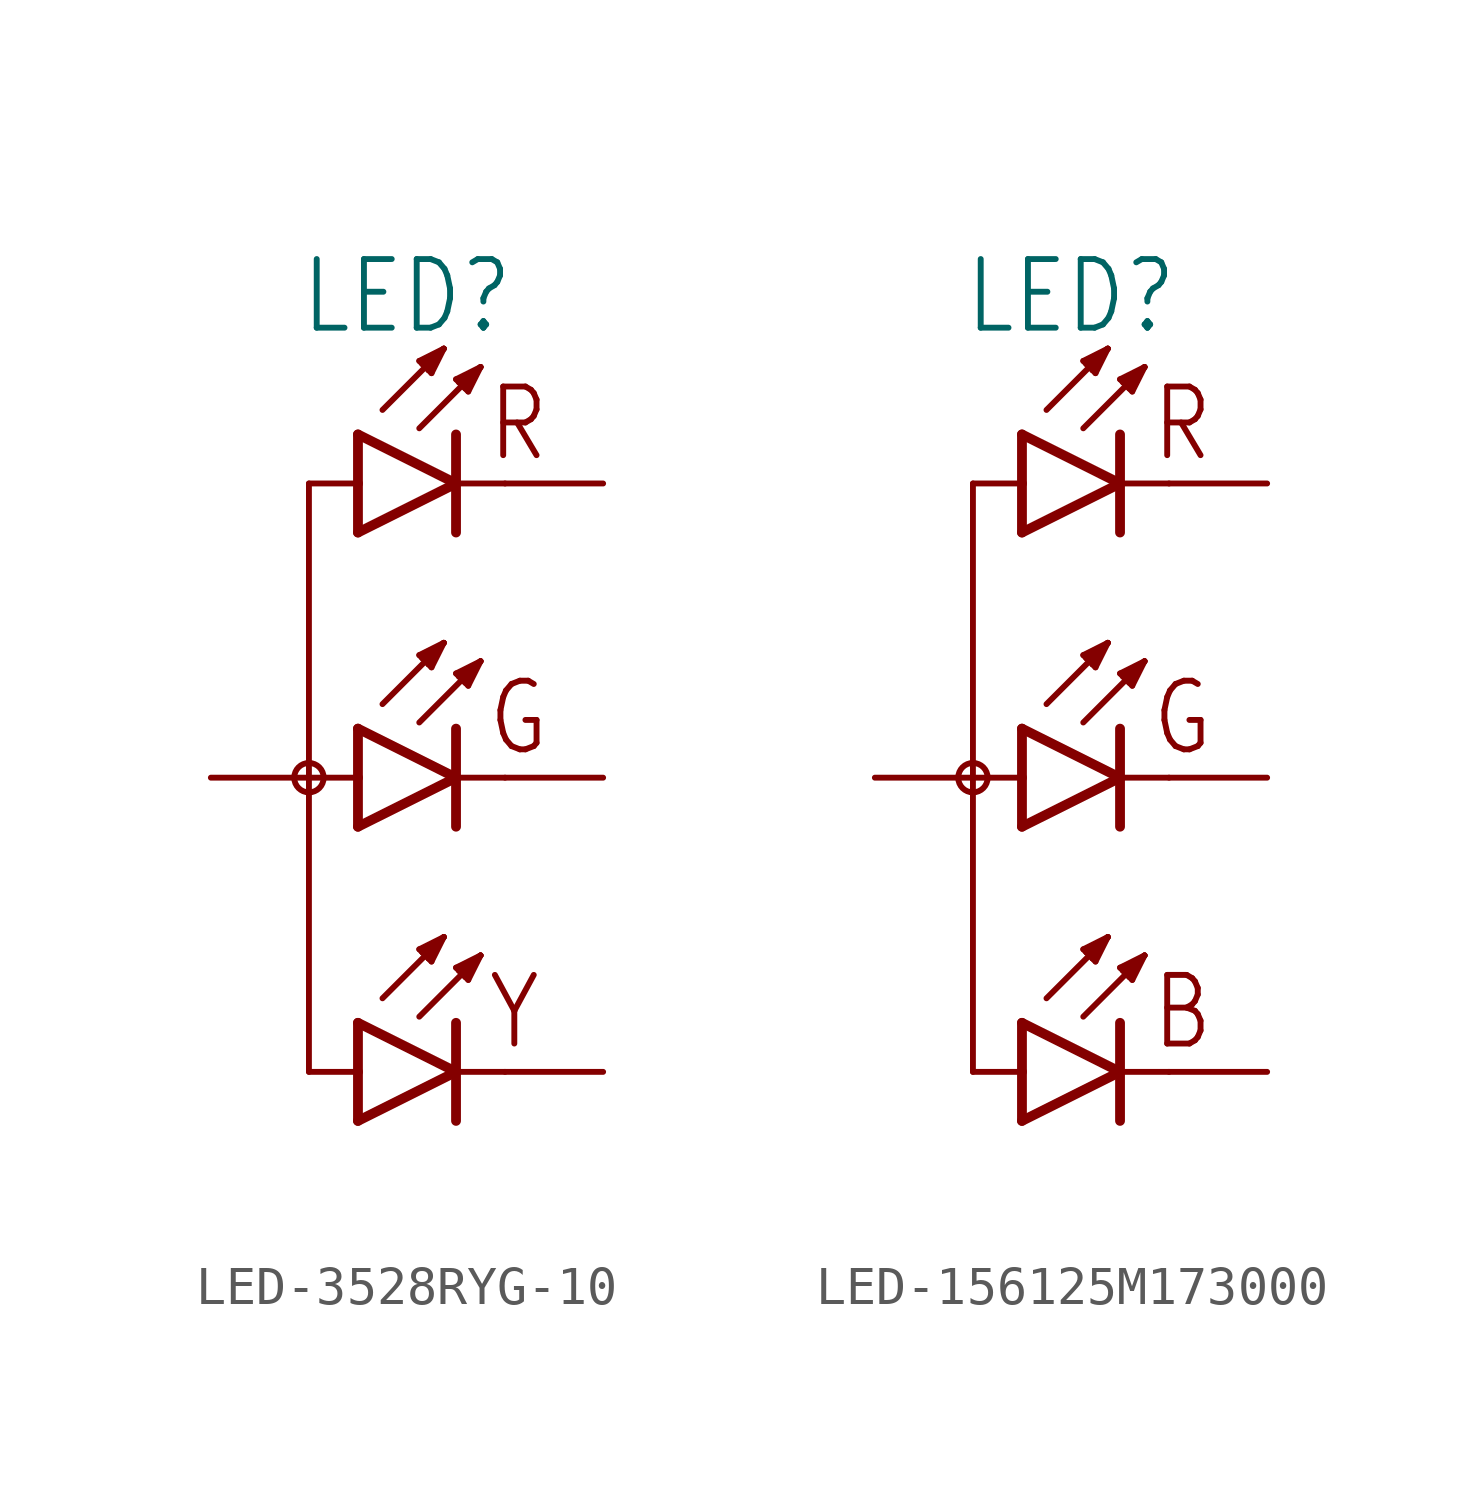
<source format=kicad_sym>
(kicad_symbol_lib
  (version 20231120)
  (generator "kicad_symbol_editor")
  (generator_version "8.0")
  (symbol "LED-3528RYG-10"
    (property "Reference" "LED"
      (at 0 11.43 0)
      (effects (font (size 1.778 1.511)) (justify bottom)))
    (property "Value" ""
      (at 1.016 -9.398 0)
      (effects (font (size 1.778 1.511)) (justify top)))
    (property "ki_locked" ""
      (at 0 0 0)
      (effects (font (size 1.27 1.27))))
    (symbol "LED-3528RYG-10_1_0"
      (circle (center -2.54 0) (radius 0.381) (stroke (width 0) (type solid)) (fill (type none)))
      (polyline (pts (xy -2.54 -7.62) (xy -2.54 0)) (stroke (width 0.152) (type solid)) (fill (type none)))
      (polyline (pts (xy -2.54 -7.62) (xy -1.27 -7.62)) (stroke (width 0.152) (type solid)) (fill (type none)))
      (polyline (pts (xy -2.54 0) (xy -2.54 7.62)) (stroke (width 0.152) (type solid)) (fill (type none)))
      (polyline (pts (xy -2.54 0) (xy -1.27 0)) (stroke (width 0.152) (type solid)) (fill (type none)))
      (polyline (pts (xy -2.54 7.62) (xy -1.27 7.62)) (stroke (width 0.152) (type solid)) (fill (type none)))
      (polyline (pts (xy -1.27 -8.89) (xy 1.27 -7.62)) (stroke (width 0.254) (type solid)) (fill (type none)))
      (polyline (pts (xy -1.27 -7.62) (xy -1.27 -8.89)) (stroke (width 0.254) (type solid)) (fill (type none)))
      (polyline (pts (xy -1.27 -6.35) (xy -1.27 -7.62)) (stroke (width 0.254) (type solid)) (fill (type none)))
      (polyline (pts (xy -1.27 -1.27) (xy 1.27 0)) (stroke (width 0.254) (type solid)) (fill (type none)))
      (polyline (pts (xy -1.27 0) (xy -1.27 -1.27)) (stroke (width 0.254) (type solid)) (fill (type none)))
      (polyline (pts (xy -1.27 1.27) (xy -1.27 0)) (stroke (width 0.254) (type solid)) (fill (type none)))
      (polyline (pts (xy -1.27 6.35) (xy 1.27 7.62)) (stroke (width 0.254) (type solid)) (fill (type none)))
      (polyline (pts (xy -1.27 7.62) (xy -1.27 6.35)) (stroke (width 0.254) (type solid)) (fill (type none)))
      (polyline (pts (xy -1.27 8.89) (xy -1.27 7.62)) (stroke (width 0.254) (type solid)) (fill (type none)))
      (polyline (pts (xy -0.635 -5.715) (xy 0.953 -4.128)) (stroke (width 0.152) (type solid)) (fill (type none)))
      (polyline (pts (xy -0.635 1.905) (xy 0.953 3.493)) (stroke (width 0.152) (type solid)) (fill (type none)))
      (polyline (pts (xy -0.635 9.525) (xy 0.953 11.113)) (stroke (width 0.152) (type solid)) (fill (type none)))
      (polyline (pts (xy 0.318 -6.191) (xy 1.905 -4.604)) (stroke (width 0.152) (type solid)) (fill (type none)))
      (polyline (pts (xy 0.318 -4.445) (xy 0.397 -4.524)) (stroke (width 0.152) (type solid)) (fill (type none)))
      (polyline (pts (xy 0.318 1.429) (xy 1.905 3.016)) (stroke (width 0.152) (type solid)) (fill (type none)))
      (polyline (pts (xy 0.318 3.175) (xy 0.397 3.096)) (stroke (width 0.152) (type solid)) (fill (type none)))
      (polyline (pts (xy 0.318 9.049) (xy 1.905 10.636)) (stroke (width 0.152) (type solid)) (fill (type none)))
      (polyline (pts (xy 0.318 10.795) (xy 0.397 10.716)) (stroke (width 0.152) (type solid)) (fill (type none)))
      (polyline (pts (xy 0.397 -4.524) (xy 0.556 -4.683)) (stroke (width 0.152) (type solid)) (fill (type none)))
      (polyline (pts (xy 0.397 3.096) (xy 0.556 2.937)) (stroke (width 0.152) (type solid)) (fill (type none)))
      (polyline (pts (xy 0.397 10.716) (xy 0.556 10.557)) (stroke (width 0.152) (type solid)) (fill (type none)))
      (polyline (pts (xy 0.556 -4.683) (xy 0.635 -4.763)) (stroke (width 0.152) (type solid)) (fill (type none)))
      (polyline (pts (xy 0.556 2.937) (xy 0.635 2.857)) (stroke (width 0.152) (type solid)) (fill (type none)))
      (polyline (pts (xy 0.556 10.557) (xy 0.635 10.477)) (stroke (width 0.152) (type solid)) (fill (type none)))
      (polyline (pts (xy 0.635 -4.763) (xy 0.953 -4.128)) (stroke (width 0.152) (type solid)) (fill (type none)))
      (polyline (pts (xy 0.635 2.857) (xy 0.953 3.493)) (stroke (width 0.152) (type solid)) (fill (type none)))
      (polyline (pts (xy 0.635 10.477) (xy 0.953 11.113)) (stroke (width 0.152) (type solid)) (fill (type none)))
      (polyline (pts (xy 0.953 -4.128) (xy 0.318 -4.445)) (stroke (width 0.152) (type solid)) (fill (type none)))
      (polyline (pts (xy 0.953 -4.128) (xy 0.397 -4.524)) (stroke (width 0.152) (type solid)) (fill (type none)))
      (polyline (pts (xy 0.953 -4.128) (xy 0.556 -4.683)) (stroke (width 0.152) (type solid)) (fill (type none)))
      (polyline (pts (xy 0.953 3.493) (xy 0.318 3.175)) (stroke (width 0.152) (type solid)) (fill (type none)))
      (polyline (pts (xy 0.953 3.493) (xy 0.397 3.096)) (stroke (width 0.152) (type solid)) (fill (type none)))
      (polyline (pts (xy 0.953 3.493) (xy 0.556 2.937)) (stroke (width 0.152) (type solid)) (fill (type none)))
      (polyline (pts (xy 0.953 11.113) (xy 0.318 10.795)) (stroke (width 0.152) (type solid)) (fill (type none)))
      (polyline (pts (xy 0.953 11.113) (xy 0.397 10.716)) (stroke (width 0.152) (type solid)) (fill (type none)))
      (polyline (pts (xy 0.953 11.113) (xy 0.556 10.557)) (stroke (width 0.152) (type solid)) (fill (type none)))
      (polyline (pts (xy 1.27 -7.62) (xy -1.27 -6.35)) (stroke (width 0.254) (type solid)) (fill (type none)))
      (polyline (pts (xy 1.27 -7.62) (xy 1.27 -8.89)) (stroke (width 0.254) (type solid)) (fill (type none)))
      (polyline (pts (xy 1.27 -6.35) (xy 1.27 -7.62)) (stroke (width 0.254) (type solid)) (fill (type none)))
      (polyline (pts (xy 1.27 -4.921) (xy 1.349 -5.001)) (stroke (width 0.152) (type solid)) (fill (type none)))
      (polyline (pts (xy 1.27 0) (xy -1.27 1.27)) (stroke (width 0.254) (type solid)) (fill (type none)))
      (polyline (pts (xy 1.27 0) (xy 1.27 -1.27)) (stroke (width 0.254) (type solid)) (fill (type none)))
      (polyline (pts (xy 1.27 1.27) (xy 1.27 0)) (stroke (width 0.254) (type solid)) (fill (type none)))
      (polyline (pts (xy 1.27 2.699) (xy 1.349 2.619)) (stroke (width 0.152) (type solid)) (fill (type none)))
      (polyline (pts (xy 1.27 7.62) (xy -1.27 8.89)) (stroke (width 0.254) (type solid)) (fill (type none)))
      (polyline (pts (xy 1.27 7.62) (xy 1.27 6.35)) (stroke (width 0.254) (type solid)) (fill (type none)))
      (polyline (pts (xy 1.27 8.89) (xy 1.27 7.62)) (stroke (width 0.254) (type solid)) (fill (type none)))
      (polyline (pts (xy 1.27 10.319) (xy 1.349 10.239)) (stroke (width 0.152) (type solid)) (fill (type none)))
      (polyline (pts (xy 1.349 -5.001) (xy 1.508 -5.159)) (stroke (width 0.152) (type solid)) (fill (type none)))
      (polyline (pts (xy 1.349 2.619) (xy 1.508 2.461)) (stroke (width 0.152) (type solid)) (fill (type none)))
      (polyline (pts (xy 1.349 10.239) (xy 1.508 10.081)) (stroke (width 0.152) (type solid)) (fill (type none)))
      (polyline (pts (xy 1.508 -5.159) (xy 1.587 -5.239)) (stroke (width 0.152) (type solid)) (fill (type none)))
      (polyline (pts (xy 1.508 2.461) (xy 1.587 2.381)) (stroke (width 0.152) (type solid)) (fill (type none)))
      (polyline (pts (xy 1.508 10.081) (xy 1.587 10.001)) (stroke (width 0.152) (type solid)) (fill (type none)))
      (polyline (pts (xy 1.587 -5.239) (xy 1.905 -4.604)) (stroke (width 0.152) (type solid)) (fill (type none)))
      (polyline (pts (xy 1.587 2.381) (xy 1.905 3.016)) (stroke (width 0.152) (type solid)) (fill (type none)))
      (polyline (pts (xy 1.587 10.001) (xy 1.905 10.636)) (stroke (width 0.152) (type solid)) (fill (type none)))
      (polyline (pts (xy 1.905 -4.604) (xy 1.27 -4.921)) (stroke (width 0.152) (type solid)) (fill (type none)))
      (polyline (pts (xy 1.905 -4.604) (xy 1.349 -5.001)) (stroke (width 0.152) (type solid)) (fill (type none)))
      (polyline (pts (xy 1.905 -4.604) (xy 1.508 -5.159)) (stroke (width 0.152) (type solid)) (fill (type none)))
      (polyline (pts (xy 1.905 3.016) (xy 1.27 2.699)) (stroke (width 0.152) (type solid)) (fill (type none)))
      (polyline (pts (xy 1.905 3.016) (xy 1.349 2.619)) (stroke (width 0.152) (type solid)) (fill (type none)))
      (polyline (pts (xy 1.905 3.016) (xy 1.508 2.461)) (stroke (width 0.152) (type solid)) (fill (type none)))
      (polyline (pts (xy 1.905 10.636) (xy 1.27 10.319)) (stroke (width 0.152) (type solid)) (fill (type none)))
      (polyline (pts (xy 1.905 10.636) (xy 1.349 10.239)) (stroke (width 0.152) (type solid)) (fill (type none)))
      (polyline (pts (xy 1.905 10.636) (xy 1.508 10.081)) (stroke (width 0.152) (type solid)) (fill (type none)))
      (polyline (pts (xy 2.54 -7.62) (xy 1.27 -7.62)) (stroke (width 0.152) (type solid)) (fill (type none)))
      (polyline (pts (xy 2.54 0) (xy 1.27 0)) (stroke (width 0.152) (type solid)) (fill (type none)))
      (polyline (pts (xy 2.54 7.62) (xy 1.27 7.62)) (stroke (width 0.152) (type solid)) (fill (type none)))
      (text "G" (at 2.032 0.508 0) (effects (font (size 1.778 1.511)) (justify left bottom)))
      (text "R" (at 2.032 8.128 0) (effects (font (size 1.778 1.511)) (justify left bottom)))
      (text "Y" (at 2.032 -7.112 0) (effects (font (size 1.778 1.511)) (justify left bottom)))
      (pin passive line (at 5.08 7.62 180) (length 2.54) (name "C_R" (effects (font (size 0 0)))) (number "1" (effects (font (size 0 0)))))
      (pin passive line (at 5.08 0 180) (length 2.54) (name "C_G" (effects (font (size 0 0)))) (number "2" (effects (font (size 0 0)))))
      (pin passive line (at 5.08 -7.62 180) (length 2.54) (name "C_Y" (effects (font (size 0 0)))) (number "3" (effects (font (size 0 0)))))
      (pin passive line (at -5.08 0 0) (length 2.54) (name "A" (effects (font (size 0 0)))) (number "4" (effects (font (size 0 0)))))))
  (symbol "LED-156125M173000"
    (property "Reference" "LED"
      (at 0 11.43 0)
      (effects (font (size 1.778 1.511)) (justify bottom)))
    (property "Value" ""
      (at 1.016 -9.398 0)
      (effects (font (size 1.778 1.511)) (justify top)))
    (property "ki_locked" ""
      (at 0 0 0)
      (effects (font (size 1.27 1.27))))
    (symbol "LED-156125M173000_1_0"
      (circle (center -2.54 0) (radius 0.381) (stroke (width 0) (type solid)) (fill (type none)))
      (polyline (pts (xy -2.54 -7.62) (xy -2.54 0)) (stroke (width 0.152) (type solid)) (fill (type none)))
      (polyline (pts (xy -2.54 -7.62) (xy -1.27 -7.62)) (stroke (width 0.152) (type solid)) (fill (type none)))
      (polyline (pts (xy -2.54 0) (xy -2.54 7.62)) (stroke (width 0.152) (type solid)) (fill (type none)))
      (polyline (pts (xy -2.54 0) (xy -1.27 0)) (stroke (width 0.152) (type solid)) (fill (type none)))
      (polyline (pts (xy -2.54 7.62) (xy -1.27 7.62)) (stroke (width 0.152) (type solid)) (fill (type none)))
      (polyline (pts (xy -1.27 -8.89) (xy 1.27 -7.62)) (stroke (width 0.254) (type solid)) (fill (type none)))
      (polyline (pts (xy -1.27 -7.62) (xy -1.27 -8.89)) (stroke (width 0.254) (type solid)) (fill (type none)))
      (polyline (pts (xy -1.27 -6.35) (xy -1.27 -7.62)) (stroke (width 0.254) (type solid)) (fill (type none)))
      (polyline (pts (xy -1.27 -1.27) (xy 1.27 0)) (stroke (width 0.254) (type solid)) (fill (type none)))
      (polyline (pts (xy -1.27 0) (xy -1.27 -1.27)) (stroke (width 0.254) (type solid)) (fill (type none)))
      (polyline (pts (xy -1.27 1.27) (xy -1.27 0)) (stroke (width 0.254) (type solid)) (fill (type none)))
      (polyline (pts (xy -1.27 6.35) (xy 1.27 7.62)) (stroke (width 0.254) (type solid)) (fill (type none)))
      (polyline (pts (xy -1.27 7.62) (xy -1.27 6.35)) (stroke (width 0.254) (type solid)) (fill (type none)))
      (polyline (pts (xy -1.27 8.89) (xy -1.27 7.62)) (stroke (width 0.254) (type solid)) (fill (type none)))
      (polyline (pts (xy -0.635 -5.715) (xy 0.953 -4.128)) (stroke (width 0.152) (type solid)) (fill (type none)))
      (polyline (pts (xy -0.635 1.905) (xy 0.953 3.493)) (stroke (width 0.152) (type solid)) (fill (type none)))
      (polyline (pts (xy -0.635 9.525) (xy 0.953 11.113)) (stroke (width 0.152) (type solid)) (fill (type none)))
      (polyline (pts (xy 0.318 -6.191) (xy 1.905 -4.604)) (stroke (width 0.152) (type solid)) (fill (type none)))
      (polyline (pts (xy 0.318 -4.445) (xy 0.397 -4.524)) (stroke (width 0.152) (type solid)) (fill (type none)))
      (polyline (pts (xy 0.318 1.429) (xy 1.905 3.016)) (stroke (width 0.152) (type solid)) (fill (type none)))
      (polyline (pts (xy 0.318 3.175) (xy 0.397 3.096)) (stroke (width 0.152) (type solid)) (fill (type none)))
      (polyline (pts (xy 0.318 9.049) (xy 1.905 10.636)) (stroke (width 0.152) (type solid)) (fill (type none)))
      (polyline (pts (xy 0.318 10.795) (xy 0.397 10.716)) (stroke (width 0.152) (type solid)) (fill (type none)))
      (polyline (pts (xy 0.397 -4.524) (xy 0.556 -4.683)) (stroke (width 0.152) (type solid)) (fill (type none)))
      (polyline (pts (xy 0.397 3.096) (xy 0.556 2.937)) (stroke (width 0.152) (type solid)) (fill (type none)))
      (polyline (pts (xy 0.397 10.716) (xy 0.556 10.557)) (stroke (width 0.152) (type solid)) (fill (type none)))
      (polyline (pts (xy 0.556 -4.683) (xy 0.635 -4.763)) (stroke (width 0.152) (type solid)) (fill (type none)))
      (polyline (pts (xy 0.556 2.937) (xy 0.635 2.857)) (stroke (width 0.152) (type solid)) (fill (type none)))
      (polyline (pts (xy 0.556 10.557) (xy 0.635 10.477)) (stroke (width 0.152) (type solid)) (fill (type none)))
      (polyline (pts (xy 0.635 -4.763) (xy 0.953 -4.128)) (stroke (width 0.152) (type solid)) (fill (type none)))
      (polyline (pts (xy 0.635 2.857) (xy 0.953 3.493)) (stroke (width 0.152) (type solid)) (fill (type none)))
      (polyline (pts (xy 0.635 10.477) (xy 0.953 11.113)) (stroke (width 0.152) (type solid)) (fill (type none)))
      (polyline (pts (xy 0.953 -4.128) (xy 0.318 -4.445)) (stroke (width 0.152) (type solid)) (fill (type none)))
      (polyline (pts (xy 0.953 -4.128) (xy 0.397 -4.524)) (stroke (width 0.152) (type solid)) (fill (type none)))
      (polyline (pts (xy 0.953 -4.128) (xy 0.556 -4.683)) (stroke (width 0.152) (type solid)) (fill (type none)))
      (polyline (pts (xy 0.953 3.493) (xy 0.318 3.175)) (stroke (width 0.152) (type solid)) (fill (type none)))
      (polyline (pts (xy 0.953 3.493) (xy 0.397 3.096)) (stroke (width 0.152) (type solid)) (fill (type none)))
      (polyline (pts (xy 0.953 3.493) (xy 0.556 2.937)) (stroke (width 0.152) (type solid)) (fill (type none)))
      (polyline (pts (xy 0.953 11.113) (xy 0.318 10.795)) (stroke (width 0.152) (type solid)) (fill (type none)))
      (polyline (pts (xy 0.953 11.113) (xy 0.397 10.716)) (stroke (width 0.152) (type solid)) (fill (type none)))
      (polyline (pts (xy 0.953 11.113) (xy 0.556 10.557)) (stroke (width 0.152) (type solid)) (fill (type none)))
      (polyline (pts (xy 1.27 -7.62) (xy -1.27 -6.35)) (stroke (width 0.254) (type solid)) (fill (type none)))
      (polyline (pts (xy 1.27 -7.62) (xy 1.27 -8.89)) (stroke (width 0.254) (type solid)) (fill (type none)))
      (polyline (pts (xy 1.27 -6.35) (xy 1.27 -7.62)) (stroke (width 0.254) (type solid)) (fill (type none)))
      (polyline (pts (xy 1.27 -4.921) (xy 1.349 -5.001)) (stroke (width 0.152) (type solid)) (fill (type none)))
      (polyline (pts (xy 1.27 0) (xy -1.27 1.27)) (stroke (width 0.254) (type solid)) (fill (type none)))
      (polyline (pts (xy 1.27 0) (xy 1.27 -1.27)) (stroke (width 0.254) (type solid)) (fill (type none)))
      (polyline (pts (xy 1.27 1.27) (xy 1.27 0)) (stroke (width 0.254) (type solid)) (fill (type none)))
      (polyline (pts (xy 1.27 2.699) (xy 1.349 2.619)) (stroke (width 0.152) (type solid)) (fill (type none)))
      (polyline (pts (xy 1.27 7.62) (xy -1.27 8.89)) (stroke (width 0.254) (type solid)) (fill (type none)))
      (polyline (pts (xy 1.27 7.62) (xy 1.27 6.35)) (stroke (width 0.254) (type solid)) (fill (type none)))
      (polyline (pts (xy 1.27 8.89) (xy 1.27 7.62)) (stroke (width 0.254) (type solid)) (fill (type none)))
      (polyline (pts (xy 1.27 10.319) (xy 1.349 10.239)) (stroke (width 0.152) (type solid)) (fill (type none)))
      (polyline (pts (xy 1.349 -5.001) (xy 1.508 -5.159)) (stroke (width 0.152) (type solid)) (fill (type none)))
      (polyline (pts (xy 1.349 2.619) (xy 1.508 2.461)) (stroke (width 0.152) (type solid)) (fill (type none)))
      (polyline (pts (xy 1.349 10.239) (xy 1.508 10.081)) (stroke (width 0.152) (type solid)) (fill (type none)))
      (polyline (pts (xy 1.508 -5.159) (xy 1.587 -5.239)) (stroke (width 0.152) (type solid)) (fill (type none)))
      (polyline (pts (xy 1.508 2.461) (xy 1.587 2.381)) (stroke (width 0.152) (type solid)) (fill (type none)))
      (polyline (pts (xy 1.508 10.081) (xy 1.587 10.001)) (stroke (width 0.152) (type solid)) (fill (type none)))
      (polyline (pts (xy 1.587 -5.239) (xy 1.905 -4.604)) (stroke (width 0.152) (type solid)) (fill (type none)))
      (polyline (pts (xy 1.587 2.381) (xy 1.905 3.016)) (stroke (width 0.152) (type solid)) (fill (type none)))
      (polyline (pts (xy 1.587 10.001) (xy 1.905 10.636)) (stroke (width 0.152) (type solid)) (fill (type none)))
      (polyline (pts (xy 1.905 -4.604) (xy 1.27 -4.921)) (stroke (width 0.152) (type solid)) (fill (type none)))
      (polyline (pts (xy 1.905 -4.604) (xy 1.349 -5.001)) (stroke (width 0.152) (type solid)) (fill (type none)))
      (polyline (pts (xy 1.905 -4.604) (xy 1.508 -5.159)) (stroke (width 0.152) (type solid)) (fill (type none)))
      (polyline (pts (xy 1.905 3.016) (xy 1.27 2.699)) (stroke (width 0.152) (type solid)) (fill (type none)))
      (polyline (pts (xy 1.905 3.016) (xy 1.349 2.619)) (stroke (width 0.152) (type solid)) (fill (type none)))
      (polyline (pts (xy 1.905 3.016) (xy 1.508 2.461)) (stroke (width 0.152) (type solid)) (fill (type none)))
      (polyline (pts (xy 1.905 10.636) (xy 1.27 10.319)) (stroke (width 0.152) (type solid)) (fill (type none)))
      (polyline (pts (xy 1.905 10.636) (xy 1.349 10.239)) (stroke (width 0.152) (type solid)) (fill (type none)))
      (polyline (pts (xy 1.905 10.636) (xy 1.508 10.081)) (stroke (width 0.152) (type solid)) (fill (type none)))
      (polyline (pts (xy 2.54 -7.62) (xy 1.27 -7.62)) (stroke (width 0.152) (type solid)) (fill (type none)))
      (polyline (pts (xy 2.54 0) (xy 1.27 0)) (stroke (width 0.152) (type solid)) (fill (type none)))
      (polyline (pts (xy 2.54 7.62) (xy 1.27 7.62)) (stroke (width 0.152) (type solid)) (fill (type none)))
      (text "B" (at 2.032 -7.112 0) (effects (font (size 1.778 1.511)) (justify left bottom)))
      (text "G" (at 2.032 0.508 0) (effects (font (size 1.778 1.511)) (justify left bottom)))
      (text "R" (at 2.032 8.128 0) (effects (font (size 1.778 1.511)) (justify left bottom)))
      (pin passive line (at 5.08 7.62 180) (length 2.54) (name "C_R" (effects (font (size 0 0)))) (number "1" (effects (font (size 0 0)))))
      (pin passive line (at 5.08 0 180) (length 2.54) (name "C_G" (effects (font (size 0 0)))) (number "2" (effects (font (size 0 0)))))
      (pin passive line (at 5.08 -7.62 180) (length 2.54) (name "C_B" (effects (font (size 0 0)))) (number "3" (effects (font (size 0 0)))))
      (pin passive line (at -5.08 0 0) (length 2.54) (name "A" (effects (font (size 0 0)))) (number "4" (effects (font (size 0 0))))))))
</source>
